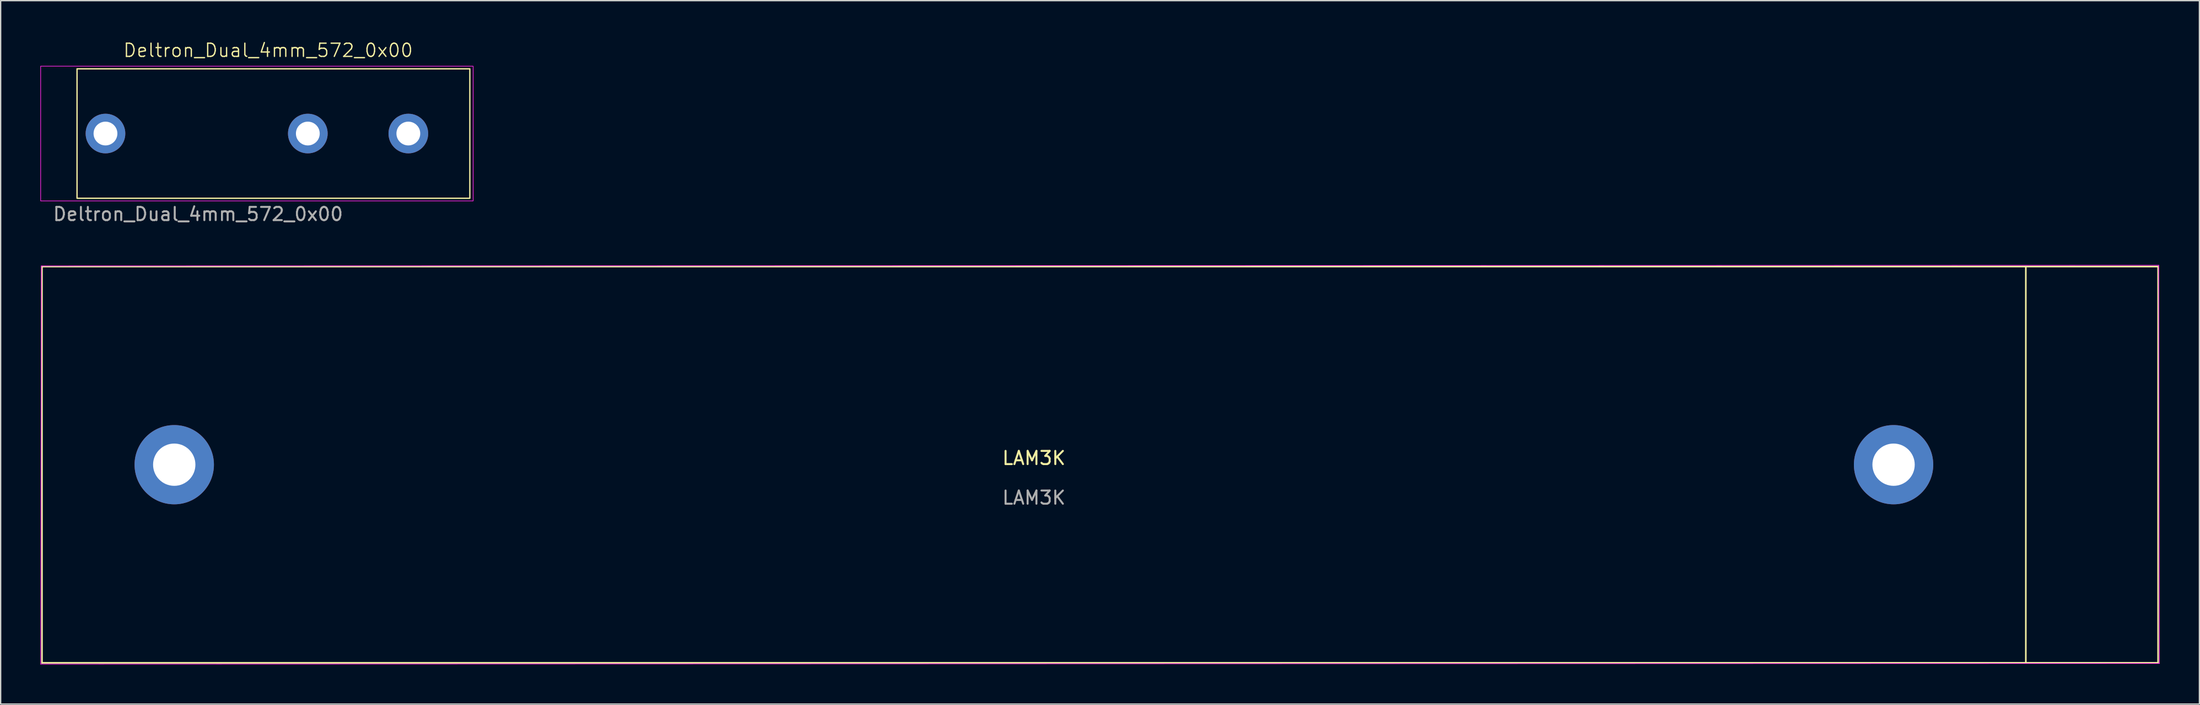
<source format=kicad_pcb>
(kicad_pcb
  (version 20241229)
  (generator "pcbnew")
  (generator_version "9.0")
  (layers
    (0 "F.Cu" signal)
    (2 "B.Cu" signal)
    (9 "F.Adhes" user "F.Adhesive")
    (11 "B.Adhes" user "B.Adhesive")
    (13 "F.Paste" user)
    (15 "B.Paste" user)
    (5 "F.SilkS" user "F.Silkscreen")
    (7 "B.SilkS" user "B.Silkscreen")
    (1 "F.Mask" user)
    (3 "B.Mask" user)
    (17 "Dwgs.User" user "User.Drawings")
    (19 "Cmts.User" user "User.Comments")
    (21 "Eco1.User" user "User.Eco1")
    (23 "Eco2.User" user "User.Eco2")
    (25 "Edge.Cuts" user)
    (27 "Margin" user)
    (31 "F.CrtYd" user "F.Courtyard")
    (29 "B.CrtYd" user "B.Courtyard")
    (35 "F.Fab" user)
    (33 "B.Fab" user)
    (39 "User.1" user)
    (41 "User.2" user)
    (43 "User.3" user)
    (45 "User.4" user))
  (footprint "LAM3K"
    (layer "F.Cu")
    (at 75.125 32.134)
    (property "Reference" "LAM3K" (at 0 -0.5 0) (unlocked yes) (layer "F.SilkS") (effects (font (size 1 1) (thickness 0.15))))
    (fp_line (start -75 -15) (end -75 15) (stroke (width 0.12) (type solid)) (layer "F.SilkS"))
    (fp_line (start -75 15) (end 75 15) (stroke (width 0.12) (type solid)) (layer "F.SilkS"))
    (fp_line (start 75 -15) (end -75 -15) (stroke (width 0.12) (type solid)) (layer "F.SilkS"))
    (fp_line (start 75 -15) (end 85 -15) (stroke (width 0.12) (type solid)) (layer "F.SilkS"))
    (fp_line (start 75 15) (end 75 -15) (stroke (width 0.12) (type solid)) (layer "F.SilkS"))
    (fp_line (start 85 -15) (end 85 15) (stroke (width 0.12) (type solid)) (layer "F.SilkS"))
    (fp_line (start 85 15) (end 75 15) (stroke (width 0.12) (type solid)) (layer "F.SilkS"))
    (fp_line (start -75.1 15.1) (end 85.1 15.05) (stroke (width 0.05) (type default)) (layer "F.CrtYd"))
    (fp_line (start -75.05 -15.05) (end -75.1 15.1) (stroke (width 0.05) (type default)) (layer "F.CrtYd"))
    (fp_line (start 85.05 -15.1) (end -75.05 -15.05) (stroke (width 0.05) (type default)) (layer "F.CrtYd"))
    (fp_line (start 85.1 15.05) (end 85.05 -15.1) (stroke (width 0.05) (type default)) (layer "F.CrtYd"))
    (fp_text user "${REFERENCE}" (at 0 2.5 0) (unlocked yes) (layer "F.Fab") (effects (font (size 1 1) (thickness 0.15))))
    (pad "" np_thru_hole circle (at -65 0) (size 6 6) (drill 3.2) (layers "*.Cu" "*.Mask"))
    (pad "" np_thru_hole circle (at 65 0) (size 6 6) (drill 3.2) (layers "*.Cu" "*.Mask")))
  (footprint "Deltron_Dual_4mm_572_0x00"
    (layer "F.Cu")
    (at 4.925 7.061)
    (property "Reference" "Deltron_Dual_4mm_572_0x00" (at 12.3 -6.3 0) (unlocked yes) (layer "F.SilkS") (effects (font (size 1 1) (thickness 0.1))))
    (attr through_hole)
    (fp_rect (start -2.15 -4.9) (end 27.55 4.9) (stroke (width 0.1) (type default)) (fill no) (layer "F.SilkS"))
    (fp_rect (start -4.9 -5.1) (end 27.8 5.1) (stroke (width 0.05) (type default)) (fill no) (layer "F.CrtYd"))
    (fp_rect (start -4.7 -4.75) (end -2.2 4.75) (stroke (width 0.1) (type default)) (fill no) (layer "User.1"))
    (fp_text user "${REFERENCE}" (at 7 6.1 0) (unlocked yes) (layer "F.Fab") (effects (font (size 1 1) (thickness 0.15))))
    (pad "1" thru_hole circle (at 0 0) (size 3 3) (drill 1.8) (layers "*.Cu" "*.Mask"))
    (pad "1" thru_hole circle (at 15.3 0) (size 3 3) (drill 1.8) (layers "*.Cu" "*.Mask"))
    (pad "2" thru_hole circle (at 22.9 0) (size 3 3) (drill 1.8) (layers "*.Cu" "*.Mask")))
  (gr_rect
    (start -3 -3)
    (end 163.25 50.259)
    (stroke (width 0.1) (type default))
    (fill no)
    (layer "Edge.Cuts")))
</source>
